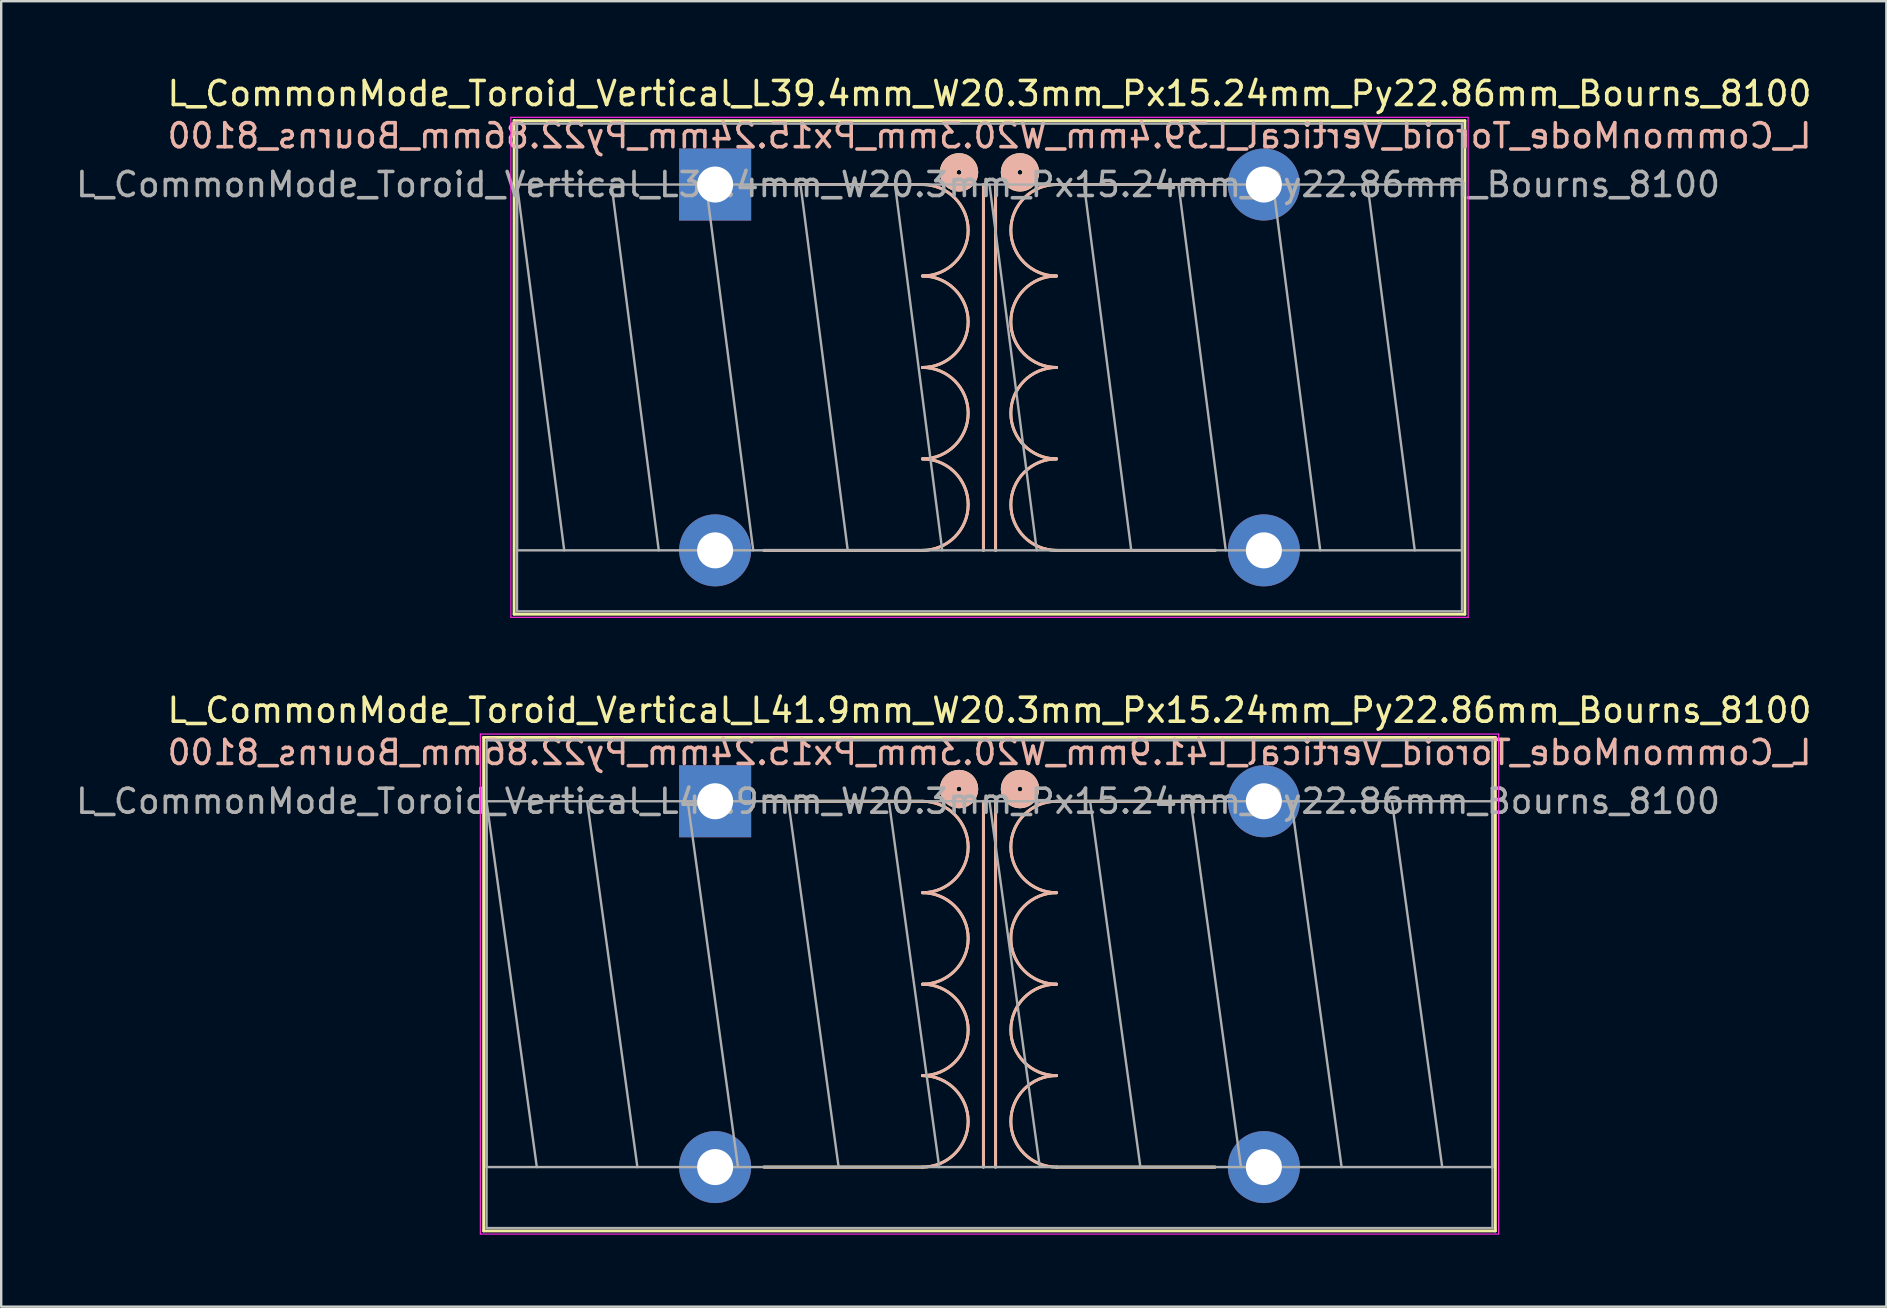
<source format=kicad_pcb>
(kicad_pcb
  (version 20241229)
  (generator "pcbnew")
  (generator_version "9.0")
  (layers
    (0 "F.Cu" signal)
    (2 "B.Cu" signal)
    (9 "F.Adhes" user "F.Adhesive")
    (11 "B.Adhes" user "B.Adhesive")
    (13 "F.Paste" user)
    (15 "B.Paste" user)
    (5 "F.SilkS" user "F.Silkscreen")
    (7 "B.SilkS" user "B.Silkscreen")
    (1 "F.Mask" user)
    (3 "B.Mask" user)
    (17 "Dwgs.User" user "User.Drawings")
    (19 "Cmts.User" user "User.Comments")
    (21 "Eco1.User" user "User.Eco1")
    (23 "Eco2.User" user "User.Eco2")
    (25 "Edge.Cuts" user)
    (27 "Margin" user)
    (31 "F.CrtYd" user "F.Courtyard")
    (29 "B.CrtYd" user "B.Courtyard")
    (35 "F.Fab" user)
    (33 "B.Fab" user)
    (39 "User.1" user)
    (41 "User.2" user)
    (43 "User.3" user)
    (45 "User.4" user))
  (footprint "L_CommonMode_Toroid_Vertical_L41.9mm_W20.3mm_Px15.24mm_Py22.86mm_Bourns_8100"
    (layer "F.Cu")
    (at 26.743 30.331)
    (property "Reference" "L_CommonMode_Toroid_Vertical_L41.9mm_W20.3mm_Px15.24mm_Py22.86mm_Bourns_8100" (at 11.43 -3.79 0) (layer "F.SilkS") (effects (font (size 1 1) (thickness 0.15))))
    (fp_line (start -9.645 -2.66) (end -9.645 17.9) (stroke (width 0.12) (type solid)) (layer "F.SilkS"))
    (fp_line (start -9.645 -2.66) (end 32.505 -2.66) (stroke (width 0.12) (type solid)) (layer "F.SilkS"))
    (fp_line (start -9.645 17.9) (end 32.505 17.9) (stroke (width 0.12) (type solid)) (layer "F.SilkS"))
    (fp_line (start 2.032 0) (end 8.636 0) (stroke (width 0.12) (type solid)) (layer "F.SilkS"))
    (fp_line (start 2.032 15.24) (end 8.636 15.24) (stroke (width 0.12) (type solid)) (layer "F.SilkS"))
    (fp_line (start 11.176 0) (end 11.176 15.24) (stroke (width 0.12) (type solid)) (layer "F.SilkS"))
    (fp_line (start 11.684 15.24) (end 11.684 0) (stroke (width 0.12) (type solid)) (layer "F.SilkS"))
    (fp_line (start 20.828 0) (end 14.224 0) (stroke (width 0.12) (type solid)) (layer "F.SilkS"))
    (fp_line (start 20.828 15.24) (end 14.224 15.24) (stroke (width 0.12) (type solid)) (layer "F.SilkS"))
    (fp_line (start 32.505 -2.66) (end 32.505 17.9) (stroke (width 0.12) (type solid)) (layer "F.SilkS"))
    (fp_arc (start 8.636 0) (mid 10.541 1.905) (end 8.636 3.81) (stroke (width 0.12) (type solid)) (layer "F.SilkS"))
    (fp_arc (start 8.636 3.81) (mid 10.541 5.715) (end 8.636 7.62) (stroke (width 0.12) (type solid)) (layer "F.SilkS"))
    (fp_arc (start 8.636 7.62) (mid 10.541 9.525) (end 8.636 11.43) (stroke (width 0.12) (type solid)) (layer "F.SilkS"))
    (fp_arc (start 8.636 11.43) (mid 10.541 13.335) (end 8.636 15.24) (stroke (width 0.12) (type solid)) (layer "F.SilkS"))
    (fp_arc (start 14.224 3.81) (mid 12.319 1.905) (end 14.224 0) (stroke (width 0.12) (type solid)) (layer "F.SilkS"))
    (fp_arc (start 14.224 7.62) (mid 12.319 5.715) (end 14.224 3.81) (stroke (width 0.12) (type solid)) (layer "F.SilkS"))
    (fp_arc (start 14.224 11.43) (mid 12.319 9.525) (end 14.224 7.62) (stroke (width 0.12) (type solid)) (layer "F.SilkS"))
    (fp_arc (start 14.224 15.24) (mid 12.319 13.335) (end 14.224 11.43) (stroke (width 0.12) (type solid)) (layer "F.SilkS"))
    (fp_circle (center 10.16 -0.508) (end 10.26 -0.508) (stroke (width 0.7) (type solid)) (fill no) (layer "F.SilkS"))
    (fp_circle (center 12.7 -0.508) (end 12.8 -0.508) (stroke (width 0.7) (type solid)) (fill no) (layer "F.SilkS"))
    (fp_line (start 2.032 0) (end 8.636 0) (stroke (width 0.12) (type solid)) (layer "B.SilkS"))
    (fp_line (start 2.032 15.24) (end 8.636 15.24) (stroke (width 0.12) (type solid)) (layer "B.SilkS"))
    (fp_line (start 11.176 15.24) (end 11.176 0) (stroke (width 0.12) (type solid)) (layer "B.SilkS"))
    (fp_line (start 11.684 0) (end 11.684 15.24) (stroke (width 0.12) (type solid)) (layer "B.SilkS"))
    (fp_line (start 20.828 0) (end 14.224 0) (stroke (width 0.12) (type solid)) (layer "B.SilkS"))
    (fp_line (start 20.828 15.24) (end 14.224 15.24) (stroke (width 0.12) (type solid)) (layer "B.SilkS"))
    (fp_arc (start 8.636 0) (mid 10.541 1.905) (end 8.636 3.81) (stroke (width 0.12) (type solid)) (layer "B.SilkS"))
    (fp_arc (start 8.636 3.81) (mid 10.541 5.715) (end 8.636 7.62) (stroke (width 0.12) (type solid)) (layer "B.SilkS"))
    (fp_arc (start 8.636 7.62) (mid 10.541 9.525) (end 8.636 11.43) (stroke (width 0.12) (type solid)) (layer "B.SilkS"))
    (fp_arc (start 8.636 11.43) (mid 10.541 13.335) (end 8.636 15.24) (stroke (width 0.12) (type solid)) (layer "B.SilkS"))
    (fp_arc (start 14.224 3.81) (mid 12.319 1.905) (end 14.224 0) (stroke (width 0.12) (type solid)) (layer "B.SilkS"))
    (fp_arc (start 14.224 7.62) (mid 12.319 5.715) (end 14.224 3.81) (stroke (width 0.12) (type solid)) (layer "B.SilkS"))
    (fp_arc (start 14.224 11.43) (mid 12.319 9.525) (end 14.224 7.62) (stroke (width 0.12) (type solid)) (layer "B.SilkS"))
    (fp_arc (start 14.224 15.24) (mid 12.319 13.335) (end 14.224 11.43) (stroke (width 0.12) (type solid)) (layer "B.SilkS"))
    (fp_circle (center 10.16 -0.508) (end 10.06 -0.508) (stroke (width 0.7) (type solid)) (fill no) (layer "B.SilkS"))
    (fp_circle (center 12.7 -0.508) (end 12.6 -0.508) (stroke (width 0.7) (type solid)) (fill no) (layer "B.SilkS"))
    (fp_line (start -9.78 -2.8) (end -9.78 18.03) (stroke (width 0.05) (type solid)) (layer "F.CrtYd"))
    (fp_line (start -9.78 18.03) (end 32.64 18.03) (stroke (width 0.05) (type solid)) (layer "F.CrtYd"))
    (fp_line (start 32.64 -2.8) (end -9.78 -2.8) (stroke (width 0.05) (type solid)) (layer "F.CrtYd"))
    (fp_line (start 32.64 18.03) (end 32.64 -2.8) (stroke (width 0.05) (type solid)) (layer "F.CrtYd"))
    (fp_line (start -9.525 -2.54) (end -9.525 17.78) (stroke (width 0.1) (type solid)) (layer "F.Fab"))
    (fp_line (start -9.525 0) (end -9.525 15.24) (stroke (width 0.1) (type solid)) (layer "F.Fab"))
    (fp_line (start -9.525 0) (end -7.429 15.24) (stroke (width 0.1) (type solid)) (layer "F.Fab"))
    (fp_line (start -9.525 15.24) (end 32.385 15.24) (stroke (width 0.1) (type solid)) (layer "F.Fab"))
    (fp_line (start -9.525 17.78) (end 32.385 17.78) (stroke (width 0.1) (type solid)) (layer "F.Fab"))
    (fp_line (start -5.334 0) (end -3.239 15.24) (stroke (width 0.1) (type solid)) (layer "F.Fab"))
    (fp_line (start -1.143 0) (end 0.953 15.24) (stroke (width 0.1) (type solid)) (layer "F.Fab"))
    (fp_line (start 3.048 0) (end 5.144 15.24) (stroke (width 0.1) (type solid)) (layer "F.Fab"))
    (fp_line (start 7.239 0) (end 9.335 15.24) (stroke (width 0.1) (type solid)) (layer "F.Fab"))
    (fp_line (start 11.43 0) (end 13.525 15.24) (stroke (width 0.1) (type solid)) (layer "F.Fab"))
    (fp_line (start 15.621 0) (end 17.716 15.24) (stroke (width 0.1) (type solid)) (layer "F.Fab"))
    (fp_line (start 19.812 0) (end 21.907 15.24) (stroke (width 0.1) (type solid)) (layer "F.Fab"))
    (fp_line (start 24.003 0) (end 26.099 15.24) (stroke (width 0.1) (type solid)) (layer "F.Fab"))
    (fp_line (start 28.194 0) (end 30.29 15.24) (stroke (width 0.1) (type solid)) (layer "F.Fab"))
    (fp_line (start 32.385 -2.54) (end -9.525 -2.54) (stroke (width 0.1) (type solid)) (layer "F.Fab"))
    (fp_line (start 32.385 0) (end -9.525 0) (stroke (width 0.1) (type solid)) (layer "F.Fab"))
    (fp_line (start 32.385 15.24) (end 32.385 0) (stroke (width 0.1) (type solid)) (layer "F.Fab"))
    (fp_line (start 32.385 17.78) (end 32.385 -2.54) (stroke (width 0.1) (type solid)) (layer "F.Fab"))
    (fp_text user "${REFERENCE}" (at 11.43 -2.032 0) (layer "B.SilkS") (effects (font (size 1 1) (thickness 0.15)) (justify mirror)))
    (fp_text user "${REFERENCE}" (at 7.62 0 0) (layer "F.Fab") (effects (font (size 1 1) (thickness 0.15))))
    (pad "1" thru_hole rect (at 0 0) (size 3 3) (drill 1.5) (layers "*.Cu" "*.Mask"))
    (pad "2" thru_hole circle (at 0 15.24) (size 3 3) (drill 1.5) (layers "*.Cu" "*.Mask"))
    (pad "3" thru_hole circle (at 22.86 15.24) (size 3 3) (drill 1.5) (layers "*.Cu" "*.Mask"))
    (pad "4" thru_hole circle (at 22.86 0) (size 3 3) (drill 1.5) (layers "*.Cu" "*.Mask")))
  (footprint "L_CommonMode_Toroid_Vertical_L39.4mm_W20.3mm_Px15.24mm_Py22.86mm_Bourns_8100"
    (layer "F.Cu")
    (at 26.743 4.638)
    (property "Reference" "L_CommonMode_Toroid_Vertical_L39.4mm_W20.3mm_Px15.24mm_Py22.86mm_Bourns_8100" (at 11.43 -3.79 0) (layer "F.SilkS") (effects (font (size 1 1) (thickness 0.15))))
    (fp_line (start -8.375 -2.66) (end -8.375 17.9) (stroke (width 0.12) (type solid)) (layer "F.SilkS"))
    (fp_line (start -8.375 -2.66) (end 31.235 -2.66) (stroke (width 0.12) (type solid)) (layer "F.SilkS"))
    (fp_line (start -8.375 17.9) (end 31.235 17.9) (stroke (width 0.12) (type solid)) (layer "F.SilkS"))
    (fp_line (start 2.032 0) (end 8.636 0) (stroke (width 0.12) (type solid)) (layer "F.SilkS"))
    (fp_line (start 2.032 15.24) (end 8.636 15.24) (stroke (width 0.12) (type solid)) (layer "F.SilkS"))
    (fp_line (start 11.176 0) (end 11.176 15.24) (stroke (width 0.12) (type solid)) (layer "F.SilkS"))
    (fp_line (start 11.684 15.24) (end 11.684 0) (stroke (width 0.12) (type solid)) (layer "F.SilkS"))
    (fp_line (start 20.828 0) (end 14.224 0) (stroke (width 0.12) (type solid)) (layer "F.SilkS"))
    (fp_line (start 20.828 15.24) (end 14.224 15.24) (stroke (width 0.12) (type solid)) (layer "F.SilkS"))
    (fp_line (start 31.235 -2.66) (end 31.235 17.9) (stroke (width 0.12) (type solid)) (layer "F.SilkS"))
    (fp_arc (start 8.636 0) (mid 10.541 1.905) (end 8.636 3.81) (stroke (width 0.12) (type solid)) (layer "F.SilkS"))
    (fp_arc (start 8.636 3.81) (mid 10.541 5.715) (end 8.636 7.62) (stroke (width 0.12) (type solid)) (layer "F.SilkS"))
    (fp_arc (start 8.636 7.62) (mid 10.541 9.525) (end 8.636 11.43) (stroke (width 0.12) (type solid)) (layer "F.SilkS"))
    (fp_arc (start 8.636 11.43) (mid 10.541 13.335) (end 8.636 15.24) (stroke (width 0.12) (type solid)) (layer "F.SilkS"))
    (fp_arc (start 14.224 3.81) (mid 12.319 1.905) (end 14.224 0) (stroke (width 0.12) (type solid)) (layer "F.SilkS"))
    (fp_arc (start 14.224 7.62) (mid 12.319 5.715) (end 14.224 3.81) (stroke (width 0.12) (type solid)) (layer "F.SilkS"))
    (fp_arc (start 14.224 11.43) (mid 12.319 9.525) (end 14.224 7.62) (stroke (width 0.12) (type solid)) (layer "F.SilkS"))
    (fp_arc (start 14.224 15.24) (mid 12.319 13.335) (end 14.224 11.43) (stroke (width 0.12) (type solid)) (layer "F.SilkS"))
    (fp_circle (center 10.16 -0.508) (end 10.26 -0.508) (stroke (width 0.7) (type solid)) (fill no) (layer "F.SilkS"))
    (fp_circle (center 12.7 -0.508) (end 12.8 -0.508) (stroke (width 0.7) (type solid)) (fill no) (layer "F.SilkS"))
    (fp_line (start 2.032 0) (end 8.636 0) (stroke (width 0.12) (type solid)) (layer "B.SilkS"))
    (fp_line (start 2.032 15.24) (end 8.636 15.24) (stroke (width 0.12) (type solid)) (layer "B.SilkS"))
    (fp_line (start 11.176 15.24) (end 11.176 0) (stroke (width 0.12) (type solid)) (layer "B.SilkS"))
    (fp_line (start 11.684 0) (end 11.684 15.24) (stroke (width 0.12) (type solid)) (layer "B.SilkS"))
    (fp_line (start 20.828 0) (end 14.224 0) (stroke (width 0.12) (type solid)) (layer "B.SilkS"))
    (fp_line (start 20.828 15.24) (end 14.224 15.24) (stroke (width 0.12) (type solid)) (layer "B.SilkS"))
    (fp_arc (start 8.636 0) (mid 10.541 1.905) (end 8.636 3.81) (stroke (width 0.12) (type solid)) (layer "B.SilkS"))
    (fp_arc (start 8.636 3.81) (mid 10.541 5.715) (end 8.636 7.62) (stroke (width 0.12) (type solid)) (layer "B.SilkS"))
    (fp_arc (start 8.636 7.62) (mid 10.541 9.525) (end 8.636 11.43) (stroke (width 0.12) (type solid)) (layer "B.SilkS"))
    (fp_arc (start 8.636 11.43) (mid 10.541 13.335) (end 8.636 15.24) (stroke (width 0.12) (type solid)) (layer "B.SilkS"))
    (fp_arc (start 14.224 3.81) (mid 12.319 1.905) (end 14.224 0) (stroke (width 0.12) (type solid)) (layer "B.SilkS"))
    (fp_arc (start 14.224 7.62) (mid 12.319 5.715) (end 14.224 3.81) (stroke (width 0.12) (type solid)) (layer "B.SilkS"))
    (fp_arc (start 14.224 11.43) (mid 12.319 9.525) (end 14.224 7.62) (stroke (width 0.12) (type solid)) (layer "B.SilkS"))
    (fp_arc (start 14.224 15.24) (mid 12.319 13.335) (end 14.224 11.43) (stroke (width 0.12) (type solid)) (layer "B.SilkS"))
    (fp_circle (center 10.16 -0.508) (end 10.06 -0.508) (stroke (width 0.7) (type solid)) (fill no) (layer "B.SilkS"))
    (fp_circle (center 12.7 -0.508) (end 12.6 -0.508) (stroke (width 0.7) (type solid)) (fill no) (layer "B.SilkS"))
    (fp_line (start -8.51 -2.8) (end -8.51 18.03) (stroke (width 0.05) (type solid)) (layer "F.CrtYd"))
    (fp_line (start -8.51 18.03) (end 31.37 18.03) (stroke (width 0.05) (type solid)) (layer "F.CrtYd"))
    (fp_line (start 31.37 -2.8) (end -8.51 -2.8) (stroke (width 0.05) (type solid)) (layer "F.CrtYd"))
    (fp_line (start 31.37 18.03) (end 31.37 -2.8) (stroke (width 0.05) (type solid)) (layer "F.CrtYd"))
    (fp_line (start -8.255 -2.54) (end -8.255 17.78) (stroke (width 0.1) (type solid)) (layer "F.Fab"))
    (fp_line (start -8.255 0) (end -8.255 15.24) (stroke (width 0.1) (type solid)) (layer "F.Fab"))
    (fp_line (start -8.255 0) (end -6.287 15.24) (stroke (width 0.1) (type solid)) (layer "F.Fab"))
    (fp_line (start -8.255 15.24) (end 31.115 15.24) (stroke (width 0.1) (type solid)) (layer "F.Fab"))
    (fp_line (start -8.255 17.78) (end 31.115 17.78) (stroke (width 0.1) (type solid)) (layer "F.Fab"))
    (fp_line (start -4.318 0) (end -2.349 15.24) (stroke (width 0.1) (type solid)) (layer "F.Fab"))
    (fp_line (start -0.381 0) (end 1.587 15.24) (stroke (width 0.1) (type solid)) (layer "F.Fab"))
    (fp_line (start 3.556 0) (end 5.524 15.24) (stroke (width 0.1) (type solid)) (layer "F.Fab"))
    (fp_line (start 7.493 0) (end 9.461 15.24) (stroke (width 0.1) (type solid)) (layer "F.Fab"))
    (fp_line (start 11.43 0) (end 13.399 15.24) (stroke (width 0.1) (type solid)) (layer "F.Fab"))
    (fp_line (start 15.367 0) (end 17.335 15.24) (stroke (width 0.1) (type solid)) (layer "F.Fab"))
    (fp_line (start 19.304 0) (end 21.273 15.24) (stroke (width 0.1) (type solid)) (layer "F.Fab"))
    (fp_line (start 23.241 0) (end 25.209 15.24) (stroke (width 0.1) (type solid)) (layer "F.Fab"))
    (fp_line (start 27.178 0) (end 29.146 15.24) (stroke (width 0.1) (type solid)) (layer "F.Fab"))
    (fp_line (start 31.115 -2.54) (end -8.255 -2.54) (stroke (width 0.1) (type solid)) (layer "F.Fab"))
    (fp_line (start 31.115 0) (end -8.255 0) (stroke (width 0.1) (type solid)) (layer "F.Fab"))
    (fp_line (start 31.115 15.24) (end 31.115 0) (stroke (width 0.1) (type solid)) (layer "F.Fab"))
    (fp_line (start 31.115 17.78) (end 31.115 -2.54) (stroke (width 0.1) (type solid)) (layer "F.Fab"))
    (fp_text user "${REFERENCE}" (at 11.43 -2.032 0) (layer "B.SilkS") (effects (font (size 1 1) (thickness 0.15)) (justify mirror)))
    (fp_text user "${REFERENCE}" (at 7.62 0 0) (layer "F.Fab") (effects (font (size 1 1) (thickness 0.15))))
    (pad "1" thru_hole rect (at 0 0) (size 3 3) (drill 1.5) (layers "*.Cu" "*.Mask"))
    (pad "2" thru_hole circle (at 0 15.24) (size 3 3) (drill 1.5) (layers "*.Cu" "*.Mask"))
    (pad "3" thru_hole circle (at 22.86 15.24) (size 3 3) (drill 1.5) (layers "*.Cu" "*.Mask"))
    (pad "4" thru_hole circle (at 22.86 0) (size 3 3) (drill 1.5) (layers "*.Cu" "*.Mask")))
  (gr_rect
    (start -3 -3)
    (end 75.536 51.386)
    (stroke (width 0.1) (type default))
    (fill no)
    (layer "Edge.Cuts")))
</source>
